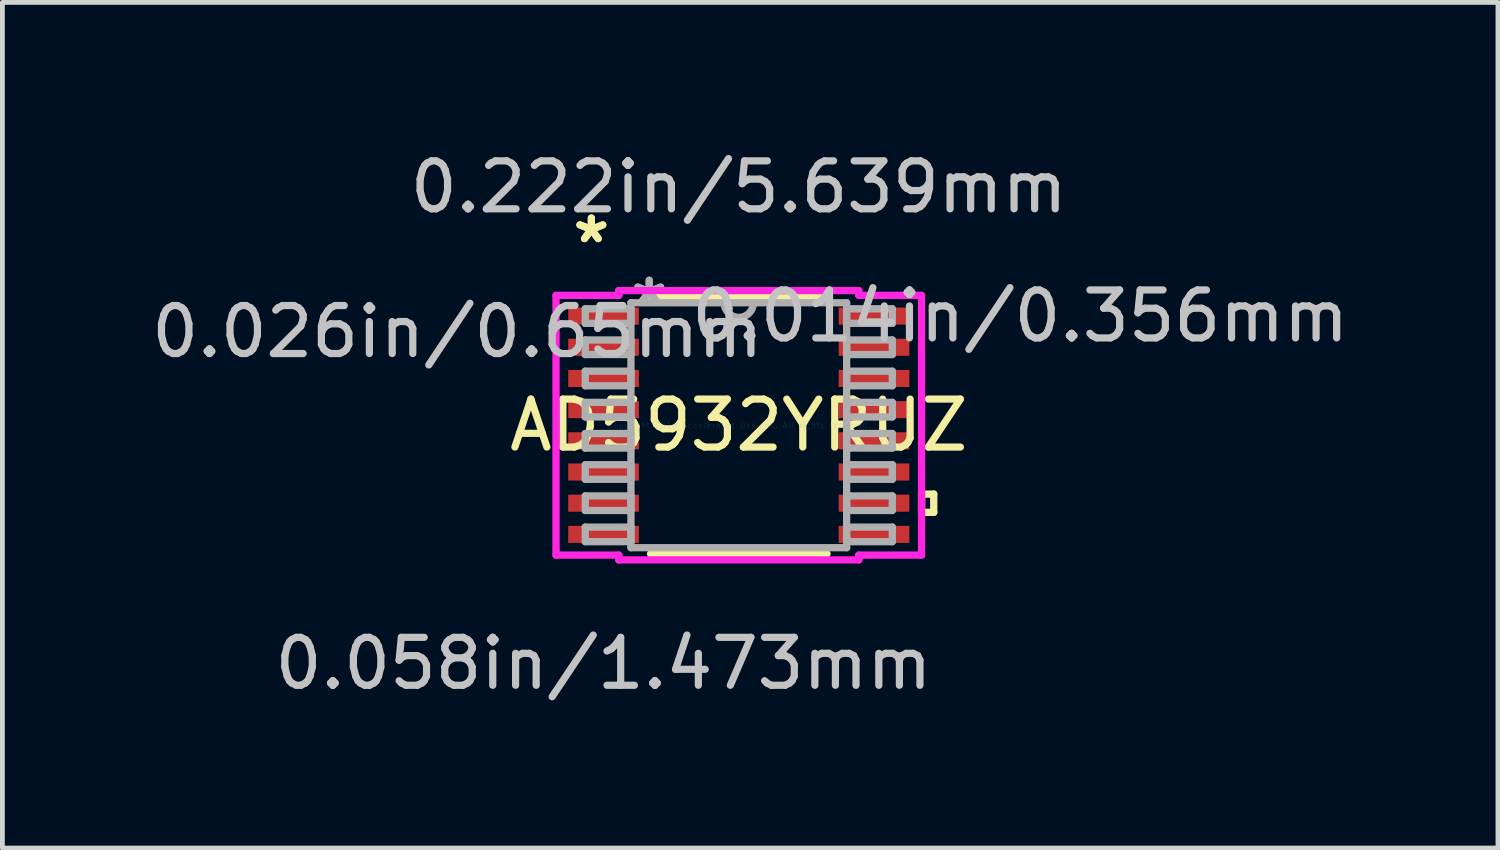
<source format=kicad_pcb>
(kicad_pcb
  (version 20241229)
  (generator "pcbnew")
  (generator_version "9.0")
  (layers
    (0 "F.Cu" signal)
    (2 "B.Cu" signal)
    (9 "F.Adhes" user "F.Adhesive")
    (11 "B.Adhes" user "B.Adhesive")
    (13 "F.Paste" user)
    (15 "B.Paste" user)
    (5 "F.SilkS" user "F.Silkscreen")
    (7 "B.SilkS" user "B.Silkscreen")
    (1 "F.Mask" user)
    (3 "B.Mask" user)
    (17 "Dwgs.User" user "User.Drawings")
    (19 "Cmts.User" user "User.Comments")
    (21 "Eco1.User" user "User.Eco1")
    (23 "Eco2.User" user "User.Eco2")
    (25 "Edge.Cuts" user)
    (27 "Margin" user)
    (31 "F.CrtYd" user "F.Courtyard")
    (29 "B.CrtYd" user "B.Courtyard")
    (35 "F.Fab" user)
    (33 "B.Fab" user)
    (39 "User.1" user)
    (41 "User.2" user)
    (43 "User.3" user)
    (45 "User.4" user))
  (footprint "AD5932YRUZ"
    (layer "F.Cu")
    (at 12.35 5.814)
    (property "Reference" "AD5932YRUZ" (at 0 0 0) (layer "F.SilkS") (effects (font (size 1 1) (thickness 0.15))))
    (attr through_hole)
    (fp_line (start -1.839 2.68) (end 1.839 2.68) (stroke (width 0.152) (type solid)) (layer "F.SilkS"))
    (fp_line (start 1.839 -2.68) (end -1.839 -2.68) (stroke (width 0.152) (type solid)) (layer "F.SilkS"))
    (fp_line (start 3.81 1.435) (end 4.064 1.435) (stroke (width 0.152) (type solid)) (layer "F.SilkS"))
    (fp_line (start 3.81 1.816) (end 3.81 1.435) (stroke (width 0.152) (type solid)) (layer "F.SilkS"))
    (fp_line (start 4.064 1.435) (end 4.064 1.816) (stroke (width 0.152) (type solid)) (layer "F.SilkS"))
    (fp_line (start 4.064 1.816) (end 3.81 1.816) (stroke (width 0.152) (type solid)) (layer "F.SilkS"))
    (fp_line (start -3.81 -2.707) (end -2.502 -2.707) (stroke (width 0.152) (type solid)) (layer "F.CrtYd"))
    (fp_line (start -3.81 2.707) (end -3.81 -2.707) (stroke (width 0.152) (type solid)) (layer "F.CrtYd"))
    (fp_line (start -2.502 -2.807) (end 2.502 -2.807) (stroke (width 0.152) (type solid)) (layer "F.CrtYd"))
    (fp_line (start -2.502 -2.707) (end -2.502 -2.807) (stroke (width 0.152) (type solid)) (layer "F.CrtYd"))
    (fp_line (start -2.502 2.707) (end -3.81 2.707) (stroke (width 0.152) (type solid)) (layer "F.CrtYd"))
    (fp_line (start -2.502 2.807) (end -2.502 2.707) (stroke (width 0.152) (type solid)) (layer "F.CrtYd"))
    (fp_line (start 2.502 -2.807) (end 2.502 -2.707) (stroke (width 0.152) (type solid)) (layer "F.CrtYd"))
    (fp_line (start 2.502 -2.707) (end 3.81 -2.707) (stroke (width 0.152) (type solid)) (layer "F.CrtYd"))
    (fp_line (start 2.502 2.707) (end 2.502 2.807) (stroke (width 0.152) (type solid)) (layer "F.CrtYd"))
    (fp_line (start 2.502 2.807) (end -2.502 2.807) (stroke (width 0.152) (type solid)) (layer "F.CrtYd"))
    (fp_line (start 3.81 -2.707) (end 3.81 2.707) (stroke (width 0.152) (type solid)) (layer "F.CrtYd"))
    (fp_line (start 3.81 2.707) (end 2.502 2.707) (stroke (width 0.152) (type solid)) (layer "F.CrtYd"))
    (fp_line (start -3.2 -2.427) (end -3.2 -2.123) (stroke (width 0.152) (type solid)) (layer "F.Fab"))
    (fp_line (start -3.2 -2.123) (end -2.248 -2.123) (stroke (width 0.152) (type solid)) (layer "F.Fab"))
    (fp_line (start -3.2 -1.777) (end -3.2 -1.473) (stroke (width 0.152) (type solid)) (layer "F.Fab"))
    (fp_line (start -3.2 -1.473) (end -2.248 -1.473) (stroke (width 0.152) (type solid)) (layer "F.Fab"))
    (fp_line (start -3.2 -1.127) (end -3.2 -0.823) (stroke (width 0.152) (type solid)) (layer "F.Fab"))
    (fp_line (start -3.2 -0.823) (end -2.248 -0.823) (stroke (width 0.152) (type solid)) (layer "F.Fab"))
    (fp_line (start -3.2 -0.477) (end -3.2 -0.173) (stroke (width 0.152) (type solid)) (layer "F.Fab"))
    (fp_line (start -3.2 -0.173) (end -2.248 -0.173) (stroke (width 0.152) (type solid)) (layer "F.Fab"))
    (fp_line (start -3.2 0.173) (end -3.2 0.477) (stroke (width 0.152) (type solid)) (layer "F.Fab"))
    (fp_line (start -3.2 0.477) (end -2.248 0.477) (stroke (width 0.152) (type solid)) (layer "F.Fab"))
    (fp_line (start -3.2 0.823) (end -3.2 1.127) (stroke (width 0.152) (type solid)) (layer "F.Fab"))
    (fp_line (start -3.2 1.127) (end -2.248 1.127) (stroke (width 0.152) (type solid)) (layer "F.Fab"))
    (fp_line (start -3.2 1.473) (end -3.2 1.777) (stroke (width 0.152) (type solid)) (layer "F.Fab"))
    (fp_line (start -3.2 1.777) (end -2.248 1.777) (stroke (width 0.152) (type solid)) (layer "F.Fab"))
    (fp_line (start -3.2 2.123) (end -3.2 2.427) (stroke (width 0.152) (type solid)) (layer "F.Fab"))
    (fp_line (start -3.2 2.427) (end -2.248 2.427) (stroke (width 0.152) (type solid)) (layer "F.Fab"))
    (fp_line (start -2.248 -2.553) (end -2.248 2.553) (stroke (width 0.152) (type solid)) (layer "F.Fab"))
    (fp_line (start -2.248 -2.427) (end -3.2 -2.427) (stroke (width 0.152) (type solid)) (layer "F.Fab"))
    (fp_line (start -2.248 -2.123) (end -2.248 -2.427) (stroke (width 0.152) (type solid)) (layer "F.Fab"))
    (fp_line (start -2.248 -1.777) (end -3.2 -1.777) (stroke (width 0.152) (type solid)) (layer "F.Fab"))
    (fp_line (start -2.248 -1.473) (end -2.248 -1.777) (stroke (width 0.152) (type solid)) (layer "F.Fab"))
    (fp_line (start -2.248 -1.127) (end -3.2 -1.127) (stroke (width 0.152) (type solid)) (layer "F.Fab"))
    (fp_line (start -2.248 -0.823) (end -2.248 -1.127) (stroke (width 0.152) (type solid)) (layer "F.Fab"))
    (fp_line (start -2.248 -0.477) (end -3.2 -0.477) (stroke (width 0.152) (type solid)) (layer "F.Fab"))
    (fp_line (start -2.248 -0.173) (end -2.248 -0.477) (stroke (width 0.152) (type solid)) (layer "F.Fab"))
    (fp_line (start -2.248 0.173) (end -3.2 0.173) (stroke (width 0.152) (type solid)) (layer "F.Fab"))
    (fp_line (start -2.248 0.477) (end -2.248 0.173) (stroke (width 0.152) (type solid)) (layer "F.Fab"))
    (fp_line (start -2.248 0.823) (end -3.2 0.823) (stroke (width 0.152) (type solid)) (layer "F.Fab"))
    (fp_line (start -2.248 1.127) (end -2.248 0.823) (stroke (width 0.152) (type solid)) (layer "F.Fab"))
    (fp_line (start -2.248 1.473) (end -3.2 1.473) (stroke (width 0.152) (type solid)) (layer "F.Fab"))
    (fp_line (start -2.248 1.777) (end -2.248 1.473) (stroke (width 0.152) (type solid)) (layer "F.Fab"))
    (fp_line (start -2.248 2.123) (end -3.2 2.123) (stroke (width 0.152) (type solid)) (layer "F.Fab"))
    (fp_line (start -2.248 2.427) (end -2.248 2.123) (stroke (width 0.152) (type solid)) (layer "F.Fab"))
    (fp_line (start -2.248 2.553) (end 2.248 2.553) (stroke (width 0.152) (type solid)) (layer "F.Fab"))
    (fp_line (start 2.248 -2.553) (end -2.248 -2.553) (stroke (width 0.152) (type solid)) (layer "F.Fab"))
    (fp_line (start 2.248 -2.427) (end 2.248 -2.123) (stroke (width 0.152) (type solid)) (layer "F.Fab"))
    (fp_line (start 2.248 -2.123) (end 3.2 -2.123) (stroke (width 0.152) (type solid)) (layer "F.Fab"))
    (fp_line (start 2.248 -1.777) (end 2.248 -1.473) (stroke (width 0.152) (type solid)) (layer "F.Fab"))
    (fp_line (start 2.248 -1.473) (end 3.2 -1.473) (stroke (width 0.152) (type solid)) (layer "F.Fab"))
    (fp_line (start 2.248 -1.127) (end 2.248 -0.823) (stroke (width 0.152) (type solid)) (layer "F.Fab"))
    (fp_line (start 2.248 -0.823) (end 3.2 -0.823) (stroke (width 0.152) (type solid)) (layer "F.Fab"))
    (fp_line (start 2.248 -0.477) (end 2.248 -0.173) (stroke (width 0.152) (type solid)) (layer "F.Fab"))
    (fp_line (start 2.248 -0.173) (end 3.2 -0.173) (stroke (width 0.152) (type solid)) (layer "F.Fab"))
    (fp_line (start 2.248 0.173) (end 2.248 0.477) (stroke (width 0.152) (type solid)) (layer "F.Fab"))
    (fp_line (start 2.248 0.477) (end 3.2 0.477) (stroke (width 0.152) (type solid)) (layer "F.Fab"))
    (fp_line (start 2.248 0.823) (end 2.248 1.127) (stroke (width 0.152) (type solid)) (layer "F.Fab"))
    (fp_line (start 2.248 1.127) (end 3.2 1.127) (stroke (width 0.152) (type solid)) (layer "F.Fab"))
    (fp_line (start 2.248 1.473) (end 2.248 1.777) (stroke (width 0.152) (type solid)) (layer "F.Fab"))
    (fp_line (start 2.248 1.777) (end 3.2 1.777) (stroke (width 0.152) (type solid)) (layer "F.Fab"))
    (fp_line (start 2.248 2.123) (end 2.248 2.427) (stroke (width 0.152) (type solid)) (layer "F.Fab"))
    (fp_line (start 2.248 2.427) (end 3.2 2.427) (stroke (width 0.152) (type solid)) (layer "F.Fab"))
    (fp_line (start 2.248 2.553) (end 2.248 -2.553) (stroke (width 0.152) (type solid)) (layer "F.Fab"))
    (fp_line (start 3.2 -2.427) (end 2.248 -2.427) (stroke (width 0.152) (type solid)) (layer "F.Fab"))
    (fp_line (start 3.2 -2.123) (end 3.2 -2.427) (stroke (width 0.152) (type solid)) (layer "F.Fab"))
    (fp_line (start 3.2 -1.777) (end 2.248 -1.777) (stroke (width 0.152) (type solid)) (layer "F.Fab"))
    (fp_line (start 3.2 -1.473) (end 3.2 -1.777) (stroke (width 0.152) (type solid)) (layer "F.Fab"))
    (fp_line (start 3.2 -1.127) (end 2.248 -1.127) (stroke (width 0.152) (type solid)) (layer "F.Fab"))
    (fp_line (start 3.2 -0.823) (end 3.2 -1.127) (stroke (width 0.152) (type solid)) (layer "F.Fab"))
    (fp_line (start 3.2 -0.477) (end 2.248 -0.477) (stroke (width 0.152) (type solid)) (layer "F.Fab"))
    (fp_line (start 3.2 -0.173) (end 3.2 -0.477) (stroke (width 0.152) (type solid)) (layer "F.Fab"))
    (fp_line (start 3.2 0.173) (end 2.248 0.173) (stroke (width 0.152) (type solid)) (layer "F.Fab"))
    (fp_line (start 3.2 0.477) (end 3.2 0.173) (stroke (width 0.152) (type solid)) (layer "F.Fab"))
    (fp_line (start 3.2 0.823) (end 2.248 0.823) (stroke (width 0.152) (type solid)) (layer "F.Fab"))
    (fp_line (start 3.2 1.127) (end 3.2 0.823) (stroke (width 0.152) (type solid)) (layer "F.Fab"))
    (fp_line (start 3.2 1.473) (end 2.248 1.473) (stroke (width 0.152) (type solid)) (layer "F.Fab"))
    (fp_line (start 3.2 1.777) (end 3.2 1.473) (stroke (width 0.152) (type solid)) (layer "F.Fab"))
    (fp_line (start 3.2 2.123) (end 2.248 2.123) (stroke (width 0.152) (type solid)) (layer "F.Fab"))
    (fp_line (start 3.2 2.427) (end 3.2 2.123) (stroke (width 0.152) (type solid)) (layer "F.Fab"))
    (fp_arc (start 0.3048 -2.5527) (mid 0 -2.2479) (end -0.3048 -2.5527) (stroke (width 0.1524) (type solid)) (layer "F.Fab"))
    (fp_text user "*" (at -3.073 -3.774 0) (layer "F.SilkS") (effects (font (size 1 1) (thickness 0.15))))
    (fp_text user "*" (at -3.073 -3.774 0) (layer "F.SilkS") (effects (font (size 1 1) (thickness 0.15))))
    (fp_text user "0.014in/0.356mm" (at 5.867 -2.275 0) (layer "Dwgs.User") (effects (font (size 1 1) (thickness 0.15))))
    (fp_text user "0.058in/1.473mm" (at -2.819 4.966 0) (layer "Dwgs.User") (effects (font (size 1 1) (thickness 0.15))))
    (fp_text user "0.222in/5.639mm" (at 0 -4.966 0) (layer "Dwgs.User") (effects (font (size 1 1) (thickness 0.15))))
    (fp_text user "0.026in/0.65mm" (at -5.867 -1.95 0) (layer "Dwgs.User") (effects (font (size 1 1) (thickness 0.15))))
    (fp_text user "Copyright 2016 Accelerated Designs. All rights reserved." (at 0 0 0) (layer "Cmts.User") (effects (font (size 0.127 0.127) (thickness 0.002))))
    (fp_text user "*" (at -1.867 -2.477 0) (layer "F.Fab") (effects (font (size 1 1) (thickness 0.15))))
    (fp_text user "*" (at -1.867 -2.477 0) (layer "F.Fab") (effects (font (size 1 1) (thickness 0.15))))
    (pad "1" smd rect (at -2.819 -2.275) (size 1.473 0.356) (layers "F.Cu" "F.Mask" "F.Paste"))
    (pad "2" smd rect (at -2.819 -1.625) (size 1.473 0.356) (layers "F.Cu" "F.Mask" "F.Paste"))
    (pad "3" smd rect (at -2.819 -0.975) (size 1.473 0.356) (layers "F.Cu" "F.Mask" "F.Paste"))
    (pad "4" smd rect (at -2.819 -0.325) (size 1.473 0.356) (layers "F.Cu" "F.Mask" "F.Paste"))
    (pad "5" smd rect (at -2.819 0.325) (size 1.473 0.356) (layers "F.Cu" "F.Mask" "F.Paste"))
    (pad "6" smd rect (at -2.819 0.975) (size 1.473 0.356) (layers "F.Cu" "F.Mask" "F.Paste"))
    (pad "7" smd rect (at -2.819 1.625) (size 1.473 0.356) (layers "F.Cu" "F.Mask" "F.Paste"))
    (pad "8" smd rect (at -2.819 2.275) (size 1.473 0.356) (layers "F.Cu" "F.Mask" "F.Paste"))
    (pad "9" smd rect (at 2.819 2.275) (size 1.473 0.356) (layers "F.Cu" "F.Mask" "F.Paste"))
    (pad "10" smd rect (at 2.819 1.625) (size 1.473 0.356) (layers "F.Cu" "F.Mask" "F.Paste"))
    (pad "11" smd rect (at 2.819 0.975) (size 1.473 0.356) (layers "F.Cu" "F.Mask" "F.Paste"))
    (pad "12" smd rect (at 2.819 0.325) (size 1.473 0.356) (layers "F.Cu" "F.Mask" "F.Paste"))
    (pad "13" smd rect (at 2.819 -0.325) (size 1.473 0.356) (layers "F.Cu" "F.Mask" "F.Paste"))
    (pad "14" smd rect (at 2.819 -0.975) (size 1.473 0.356) (layers "F.Cu" "F.Mask" "F.Paste"))
    (pad "15" smd rect (at 2.819 -1.625) (size 1.473 0.356) (layers "F.Cu" "F.Mask" "F.Paste"))
    (pad "16" smd rect (at 2.819 -2.275) (size 1.473 0.356) (layers "F.Cu" "F.Mask" "F.Paste")))
  (gr_rect
    (start -3 -3)
    (end 28.175 14.628)
    (stroke (width 0.1) (type default))
    (fill no)
    (layer "Edge.Cuts")))
</source>
